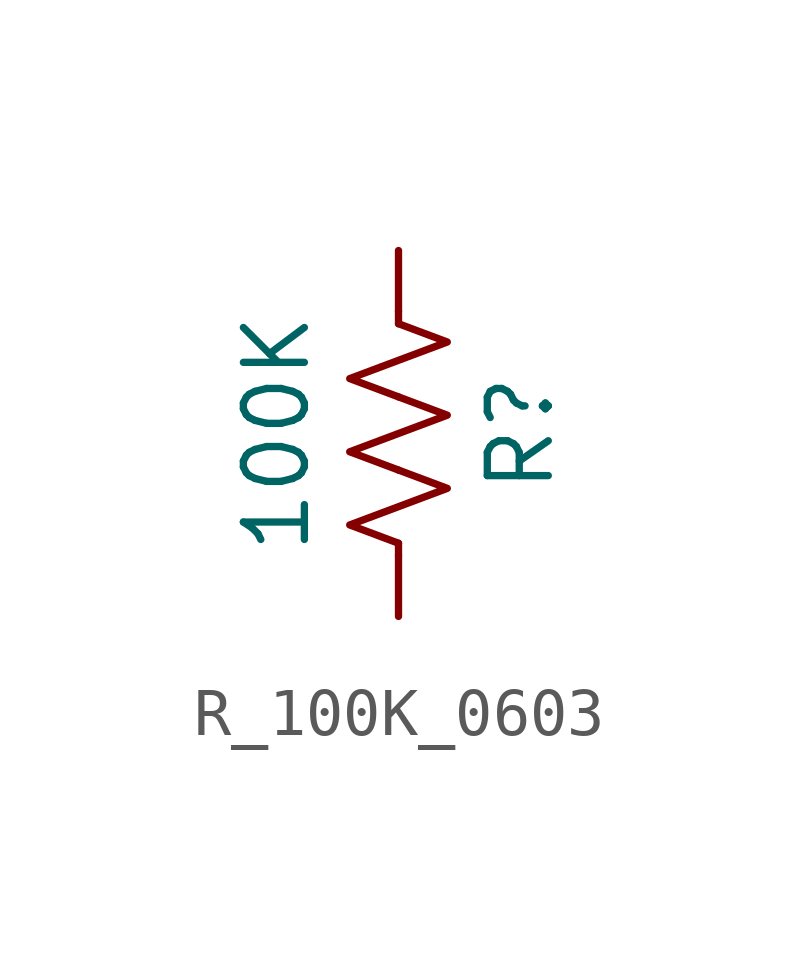
<source format=kicad_sym>
(kicad_symbol_lib
  (version 20241209)
  (generator "kicad_symbol_editor")
  (generator_version "9.0")
  (symbol "R_100K_0603"
    (pin_numbers
      (hide yes))
    (pin_names
      (offset 0))
    (property "Reference" "R"
      (at 2.54 0 90)
      (effects (font (size 1.27 1.27))))
    (property "Value" "100K"
      (at -2.54 0 90)
      (effects (font (size 1.27 1.27))))
    (symbol "R_100K_0603_0_1"
      (polyline (pts (xy 0 2.286) (xy 0 2.54)) (stroke (width 0) (type default)) (fill (type none)))
      (polyline (pts (xy 0 2.286) (xy 1.016 1.905) (xy 0 1.524) (xy -1.016 1.143) (xy 0 0.762)) (stroke (width 0) (type default)) (fill (type none)))
      (polyline (pts (xy 0 0.762) (xy 1.016 0.381) (xy 0 0) (xy -1.016 -0.381) (xy 0 -0.762)) (stroke (width 0) (type default)) (fill (type none)))
      (polyline (pts (xy 0 -0.762) (xy 1.016 -1.143) (xy 0 -1.524) (xy -1.016 -1.905) (xy 0 -2.286)) (stroke (width 0) (type default)) (fill (type none)))
      (polyline (pts (xy 0 -2.286) (xy 0 -2.54)) (stroke (width 0) (type default)) (fill (type none))))
    (symbol "R_100K_0603_1_1"
      (pin passive line (at 0 3.81 270) (length 1.27) (name "~" (effects (font (size 1.27 1.27)))) (number "1" (effects (font (size 1.27 1.27)))))
      (pin passive line (at 0 -3.81 90) (length 1.27) (name "~" (effects (font (size 1.27 1.27)))) (number "2" (effects (font (size 1.27 1.27))))))))
</source>
